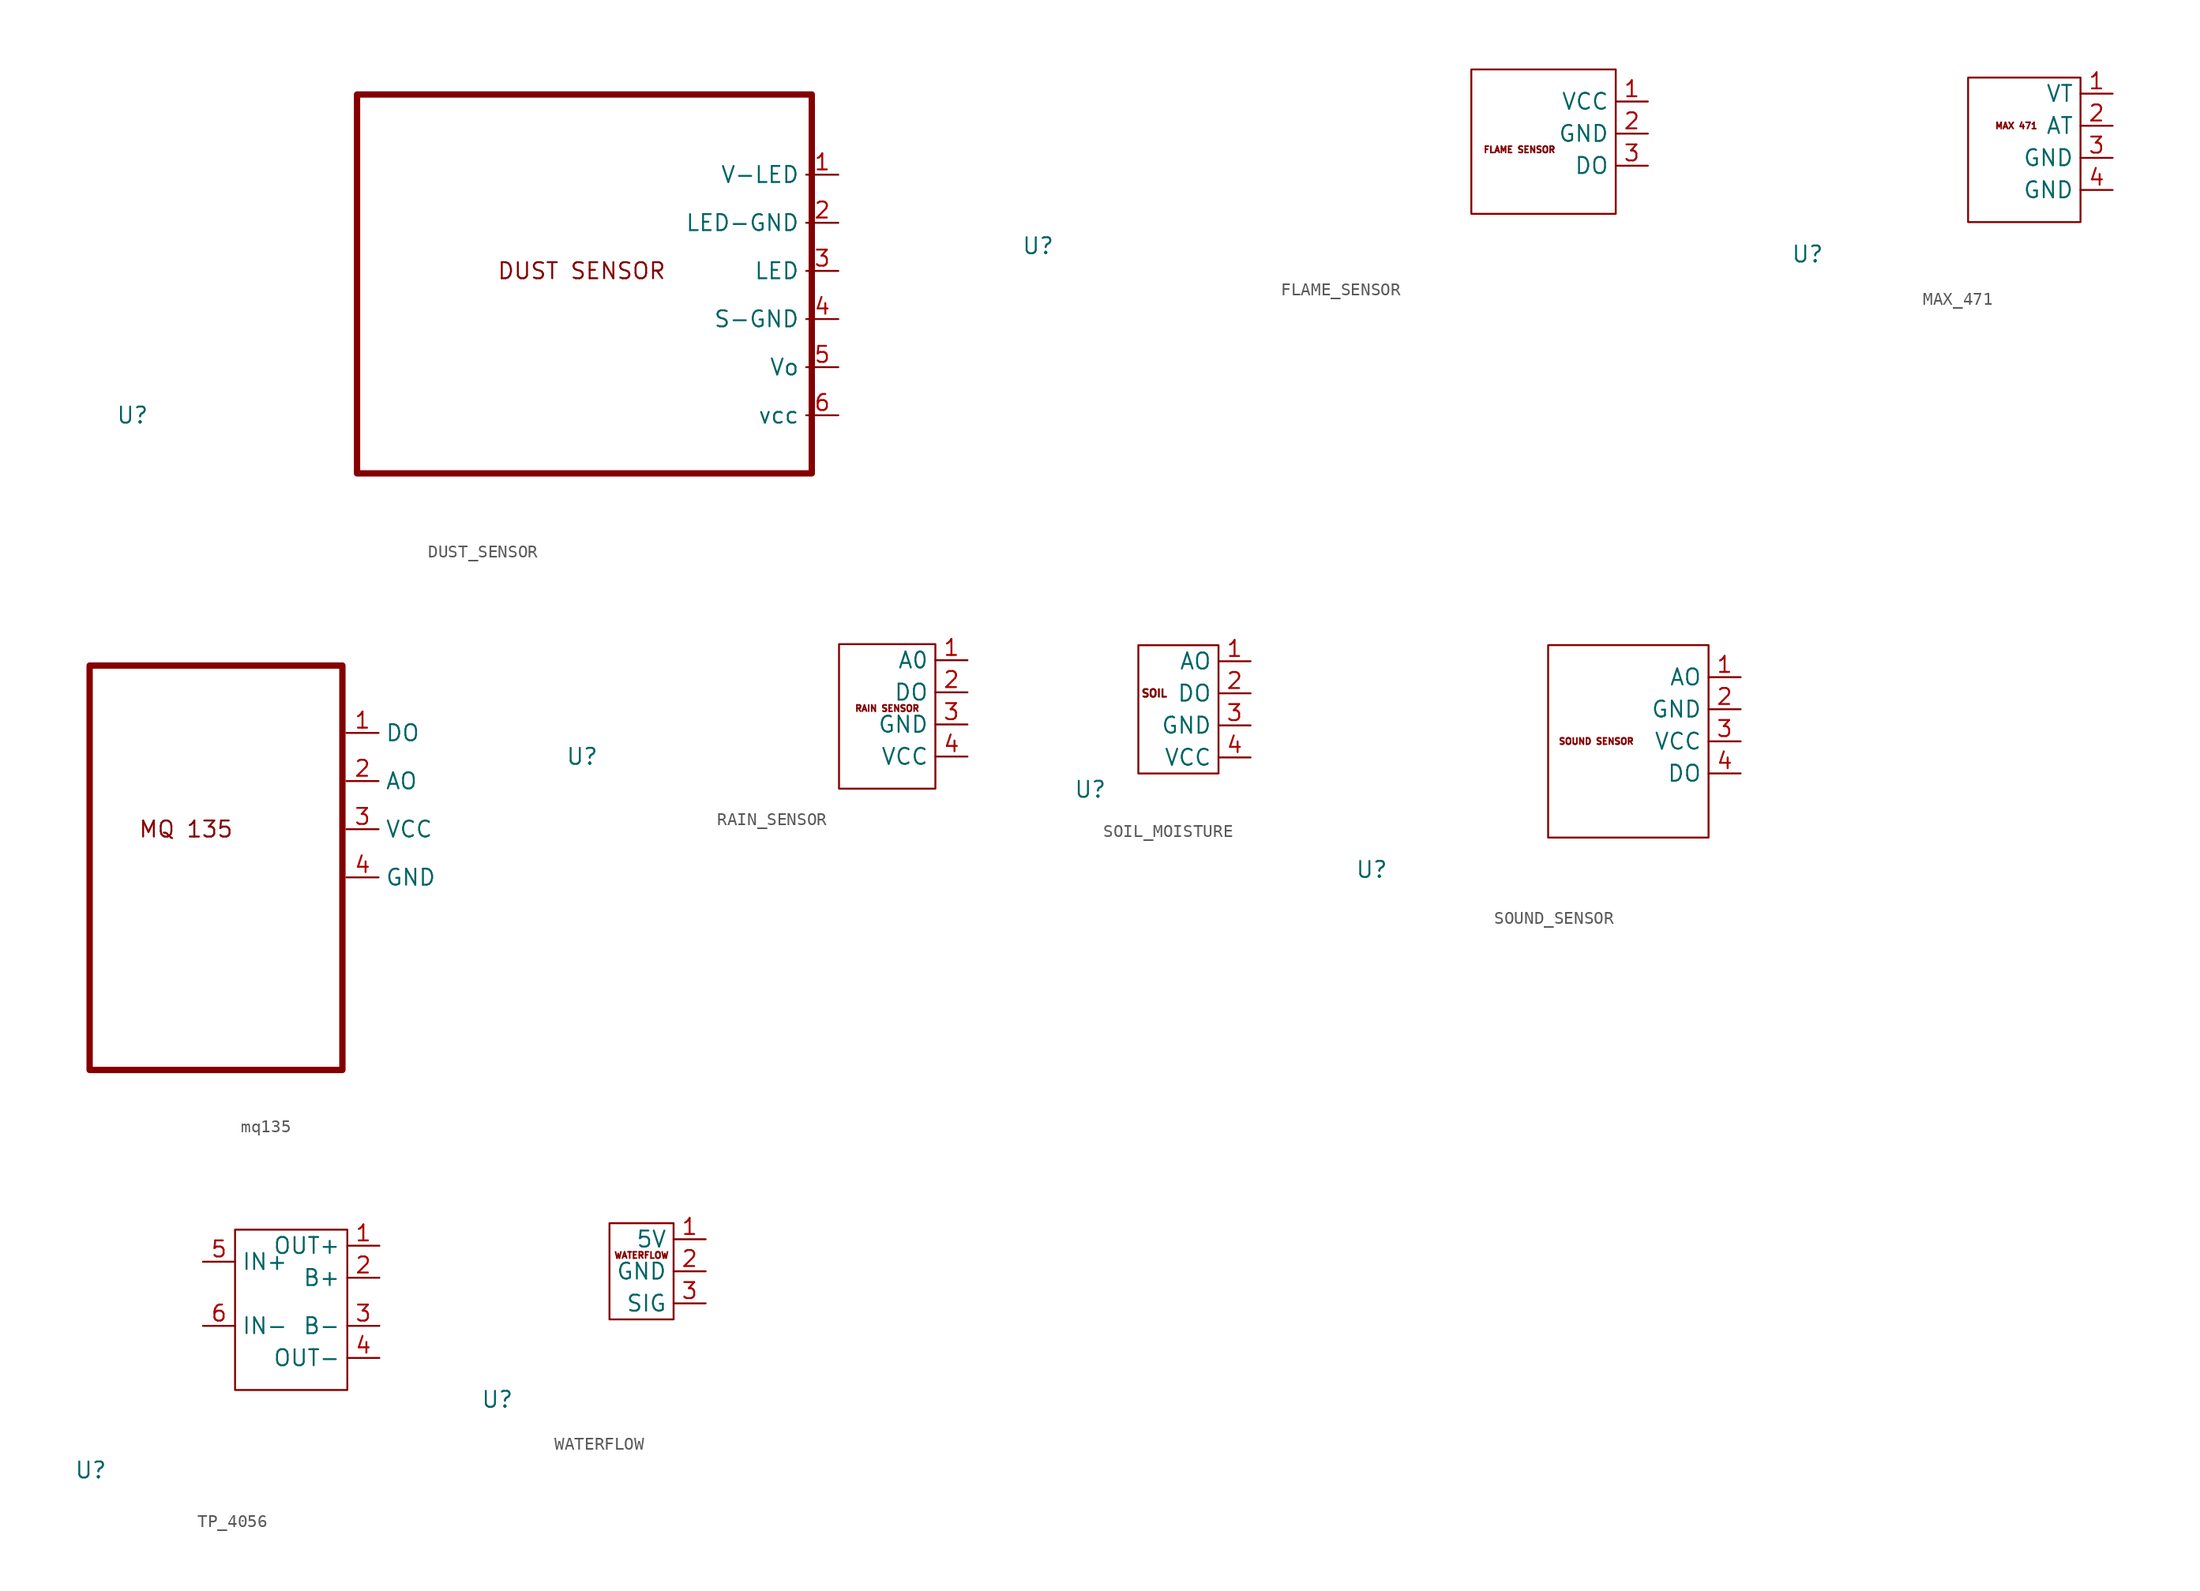
<source format=kicad_sym>
(kicad_symbol_lib
  (version 20231120)
  (generator "kicad_symbol_editor")
  (generator_version "8.0")
  (symbol "DUST_SENSOR"
    (property "Reference" "U"
      (at -7.62 6.35 0)
      (effects (font (size 1.27 1.27))))
    (property "Value" ""
      (at 0 0 0)
      (effects (font (size 1.27 1.27))))
    (symbol "DUST_SENSOR_1_1"
      (rectangle (start 10.16 31.75) (end 46.16 1.75) (stroke (width 0.5) (type default)) (fill (type none)))
      (text "DUST SENSOR\n" (at 27.94 17.78 0) (effects (font (size 1.27 1.27))))
      (pin input line (at 48.26 25.4 180) (length 2.54) (name "V-LED" (effects (font (size 1.27 1.27)))) (number "1" (effects (font (size 1.27 1.27)))))
      (pin input line (at 48.26 21.59 180) (length 2.54) (name "LED-GND" (effects (font (size 1.27 1.27)))) (number "2" (effects (font (size 1.27 1.27)))))
      (pin input line (at 48.26 17.78 180) (length 2.54) (name "LED" (effects (font (size 1.27 1.27)))) (number "3" (effects (font (size 1.27 1.27)))))
      (pin input line (at 48.26 13.97 180) (length 2.54) (name "S-GND" (effects (font (size 1.27 1.27)))) (number "4" (effects (font (size 1.27 1.27)))))
      (pin input line (at 48.26 10.16 180) (length 2.54) (name "Vo" (effects (font (size 1.27 1.27)))) (number "5" (effects (font (size 1.27 1.27)))))
      (pin input line (at 48.26 6.35 180) (length 2.54) (name "vcc" (effects (font (size 1.27 1.27)))) (number "6" (effects (font (size 1.27 1.27)))))))
  (symbol "FLAME_SENSOR"
    (property "Reference" "U"
      (at -34.29 0 0)
      (effects (font (size 1.27 1.27))))
    (property "Value" ""
      (at 0 0 0)
      (effects (font (size 1.27 1.27))))
    (symbol "FLAME_SENSOR_0_1"
      (rectangle (start 0 13.97) (end 11.43 2.54) (stroke (width 0) (type default)) (fill (type none))))
    (symbol "FLAME_SENSOR_1_1"
      (text "FLAME SENSOR\n" (at 3.81 7.62 0) (effects (font (size 0.5 0.5))))
      (pin input line (at 13.97 11.43 180) (length 2.54) (name "VCC" (effects (font (size 1.27 1.27)))) (number "1" (effects (font (size 1.27 1.27)))))
      (pin input line (at 13.97 8.89 180) (length 2.54) (name "GND" (effects (font (size 1.27 1.27)))) (number "2" (effects (font (size 1.27 1.27)))))
      (pin input line (at 13.97 6.35 180) (length 2.54) (name "DO" (effects (font (size 1.27 1.27)))) (number "3" (effects (font (size 1.27 1.27)))))))
  (symbol "MAX_471"
    (property "Reference" "U"
      (at -12.7 -2.54 0)
      (effects (font (size 1.27 1.27))))
    (property "Value" ""
      (at 0 0 0)
      (effects (font (size 1.27 1.27))))
    (symbol "MAX_471_0_1"
      (rectangle (start 0 11.43) (end 8.89 0) (stroke (width 0) (type default)) (fill (type none))))
    (symbol "MAX_471_1_1"
      (text "MAX 471\n" (at 3.81 7.62 0) (effects (font (size 0.5 0.5))))
      (pin input line (at 11.43 10.16 180) (length 2.54) (name "VT" (effects (font (size 1.27 1.27)))) (number "1" (effects (font (size 1.27 1.27)))))
      (pin input line (at 11.43 7.62 180) (length 2.54) (name "AT" (effects (font (size 1.27 1.27)))) (number "2" (effects (font (size 1.27 1.27)))))
      (pin input line (at 11.43 5.08 180) (length 2.54) (name "GND" (effects (font (size 1.27 1.27)))) (number "3" (effects (font (size 1.27 1.27)))))
      (pin input line (at 11.43 2.54 180) (length 2.54) (name "GND" (effects (font (size 1.27 1.27)))) (number "4" (effects (font (size 1.27 1.27)))))))
  (symbol "mq135"
    (property "Reference" "U7"
      (at 10.16 34.29 0)
      (effects (font (size 1.27 1.27)) (hide yes)))
    (property "Value" ""
      (at 27.94 17.78 0)
      (effects (font (size 1.27 1.27))))
    (property "Footprint" ""
      (at 27.94 17.78 0)
      (effects (font (size 1.27 1.27))))
    (symbol "mq135_0_1"
      (rectangle (start 0 32) (end 20 0) (stroke (width 0.5) (type default)) (fill (type none))))
    (symbol "mq135_1_1"
      (text "MQ 135\n" (at 7.62 19.05 0) (effects (font (size 1.27 1.27))))
      (pin input line (at 20.32 26.67 0) (length 2.54) (name "DO" (effects (font (size 1.27 1.27)))) (number "1" (effects (font (size 1.27 1.27)))))
      (pin input line (at 20.32 22.86 0) (length 2.54) (name "AO" (effects (font (size 1.27 1.27)))) (number "2" (effects (font (size 1.27 1.27)))))
      (pin input line (at 20.32 19.05 0) (length 2.54) (name "VCC" (effects (font (size 1.27 1.27)))) (number "3" (effects (font (size 1.27 1.27)))))
      (pin input line (at 20.32 15.24 0) (length 2.54) (name "GND" (effects (font (size 1.27 1.27)))) (number "4" (effects (font (size 1.27 1.27)))))))
  (symbol "RAIN_SENSOR"
    (property "Reference" "U"
      (at -20.32 2.54 0)
      (effects (font (size 1.27 1.27))))
    (property "Value" ""
      (at 0 0 0)
      (effects (font (size 1.27 1.27))))
    (symbol "RAIN_SENSOR_0_1"
      (rectangle (start 0 11.43) (end 7.62 0) (stroke (width 0) (type default)) (fill (type none))))
    (symbol "RAIN_SENSOR_1_1"
      (text "RAIN SENSOR\n" (at 3.81 6.35 0) (effects (font (size 0.5 0.5))))
      (pin input line (at 10.16 10.16 180) (length 2.54) (name "A0" (effects (font (size 1.27 1.27)))) (number "1" (effects (font (size 1.27 1.27)))))
      (pin input line (at 10.16 7.62 180) (length 2.54) (name "DO" (effects (font (size 1.27 1.27)))) (number "2" (effects (font (size 1.27 1.27)))))
      (pin input line (at 10.16 5.08 180) (length 2.54) (name "GND" (effects (font (size 1.27 1.27)))) (number "3" (effects (font (size 1.27 1.27)))))
      (pin input line (at 10.16 2.54 180) (length 2.54) (name "VCC" (effects (font (size 1.27 1.27)))) (number "4" (effects (font (size 1.27 1.27)))))))
  (symbol "SOIL_MOISTURE"
    (property "Reference" "U"
      (at -3.81 -1.27 0)
      (effects (font (size 1.27 1.27))))
    (property "Value" ""
      (at 0 0 0)
      (effects (font (size 1.27 1.27))))
    (symbol "SOIL_MOISTURE_0_1"
      (rectangle (start 0 10.16) (end 6.35 0) (stroke (width 0) (type default)) (fill (type none))))
    (symbol "SOIL_MOISTURE_1_1"
      (text "SOIL" (at 1.27 6.35 0) (effects (font (size 0.6 0.6))))
      (pin input line (at 8.89 8.89 180) (length 2.54) (name "AO" (effects (font (size 1.27 1.27)))) (number "1" (effects (font (size 1.27 1.27)))))
      (pin input line (at 8.89 6.35 180) (length 2.54) (name "DO" (effects (font (size 1.27 1.27)))) (number "2" (effects (font (size 1.27 1.27)))))
      (pin input line (at 8.89 3.81 180) (length 2.54) (name "GND" (effects (font (size 1.27 1.27)))) (number "3" (effects (font (size 1.27 1.27)))))
      (pin input line (at 8.89 1.27 180) (length 2.54) (name "VCC" (effects (font (size 1.27 1.27)))) (number "4" (effects (font (size 1.27 1.27)))))))
  (symbol "SOUND_SENSOR"
    (property "Reference" "U"
      (at -13.97 -2.54 0)
      (effects (font (size 1.27 1.27))))
    (property "Value" ""
      (at 0 0 0)
      (effects (font (size 1.27 1.27))))
    (symbol "SOUND_SENSOR_0_1"
      (rectangle (start 0 0) (end 12.7 15.24) (stroke (width 0) (type default)) (fill (type none))))
    (symbol "SOUND_SENSOR_1_1"
      (text "SOUND SENSOR\n" (at 3.81 7.62 0) (effects (font (size 0.5 0.5))))
      (pin input line (at 15.24 12.7 180) (length 2.54) (name "AO" (effects (font (size 1.27 1.27)))) (number "1" (effects (font (size 1.27 1.27)))))
      (pin input line (at 15.24 10.16 180) (length 2.54) (name "GND" (effects (font (size 1.27 1.27)))) (number "2" (effects (font (size 1.27 1.27)))))
      (pin input line (at 15.24 7.62 180) (length 2.54) (name "VCC" (effects (font (size 1.27 1.27)))) (number "3" (effects (font (size 1.27 1.27)))))
      (pin input line (at 15.24 5.08 180) (length 2.54) (name "DO" (effects (font (size 1.27 1.27)))) (number "4" (effects (font (size 1.27 1.27)))))))
  (symbol "TP_4056"
    (property "Reference" "U"
      (at -11.43 -6.35 0)
      (effects (font (size 1.27 1.27))))
    (property "Value" ""
      (at 0 0 0)
      (effects (font (size 1.27 1.27))))
    (symbol "TP_4056_0_1"
      (rectangle (start 0 0) (end 8.89 12.7) (stroke (width 0) (type default)) (fill (type none))))
    (symbol "TP_4056_1_1"
      (pin input line (at 11.43 11.43 180) (length 2.54) (name "OUT+" (effects (font (size 1.27 1.27)))) (number "1" (effects (font (size 1.27 1.27)))))
      (pin input line (at 11.43 8.89 180) (length 2.54) (name "B+" (effects (font (size 1.27 1.27)))) (number "2" (effects (font (size 1.27 1.27)))))
      (pin input line (at 11.43 5.08 180) (length 2.54) (name "B-" (effects (font (size 1.27 1.27)))) (number "3" (effects (font (size 1.27 1.27)))))
      (pin input line (at 11.43 2.54 180) (length 2.54) (name "OUT-" (effects (font (size 1.27 1.27)))) (number "4" (effects (font (size 1.27 1.27)))))
      (pin input line (at -2.54 10.16 0) (length 2.54) (name "IN+" (effects (font (size 1.27 1.27)))) (number "5" (effects (font (size 1.27 1.27)))))
      (pin input line (at -2.54 5.08 0) (length 2.54) (name "IN-" (effects (font (size 1.27 1.27)))) (number "6" (effects (font (size 1.27 1.27)))))))
  (symbol "WATERFLOW"
    (property "Reference" "U"
      (at -8.89 -6.35 0)
      (effects (font (size 1.27 1.27))))
    (property "Value" ""
      (at 0 0 0)
      (effects (font (size 1.27 1.27))))
    (symbol "WATERFLOW_0_1"
      (rectangle (start 0 7.62) (end 5.08 0) (stroke (width 0) (type default)) (fill (type none))))
    (symbol "WATERFLOW_1_1"
      (text "WATERFLOW" (at 2.54 5.08 0) (effects (font (size 0.5 0.5))))
      (pin input line (at 7.62 6.35 180) (length 2.54) (name "5V" (effects (font (size 1.27 1.27)))) (number "1" (effects (font (size 1.27 1.27)))))
      (pin input line (at 7.62 3.81 180) (length 2.54) (name "GND" (effects (font (size 1.27 1.27)))) (number "2" (effects (font (size 1.27 1.27)))))
      (pin input line (at 7.62 1.27 180) (length 2.54) (name "SIG" (effects (font (size 1.27 1.27)))) (number "3" (effects (font (size 1.27 1.27))))))))
</source>
